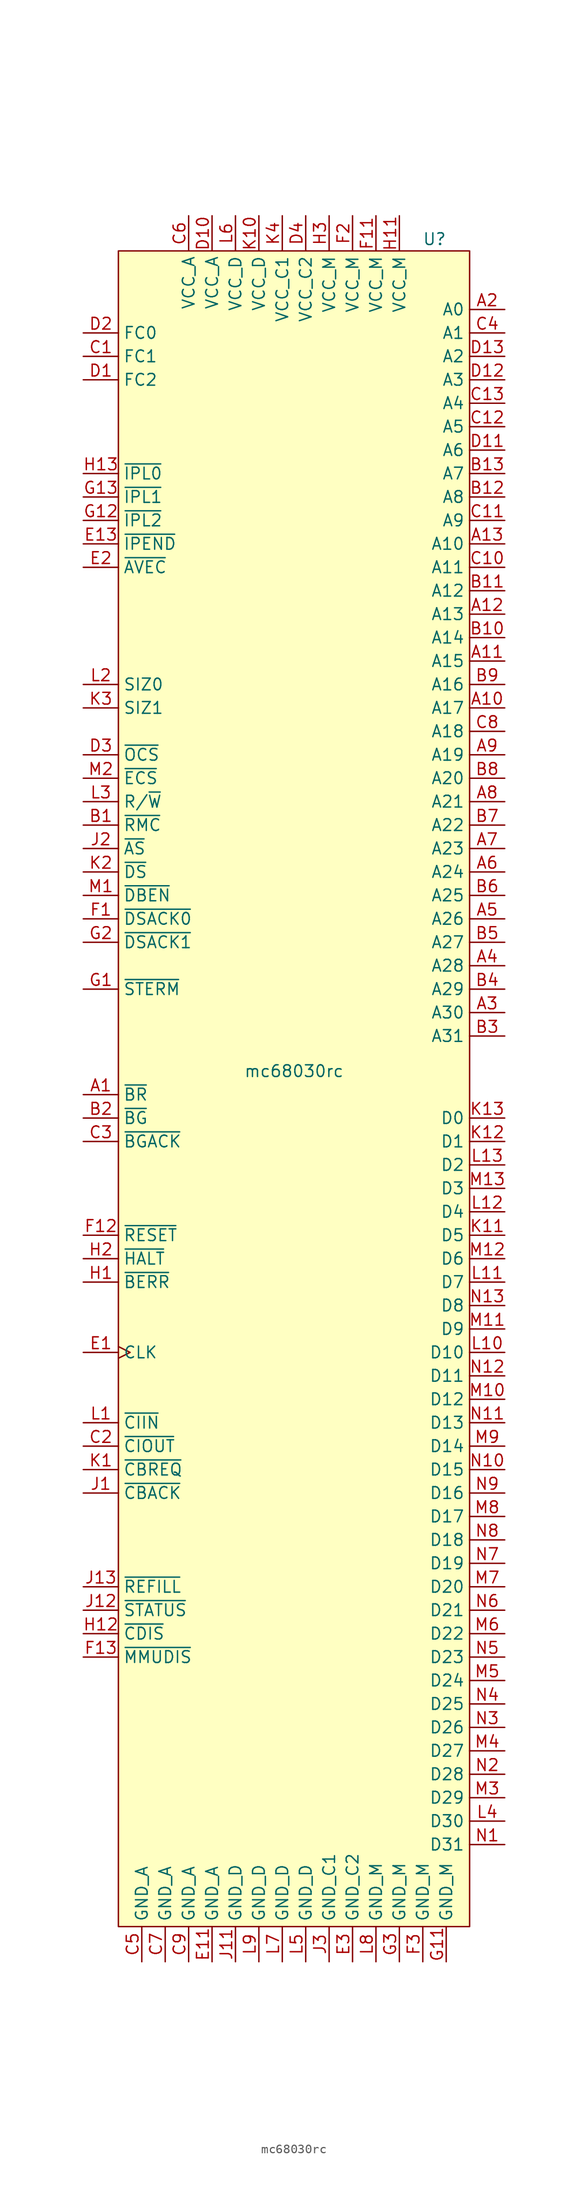
<source format=kicad_sym>
(kicad_symbol_lib
  (version 20211014)
  (generator kicad_symbol_editor)
  (symbol "mc68030rc"
    (property "Reference" "U"
      (at 15.24 90.17 0)
      (effects (font (size 1.27 1.27))))
    (property "Value" "mc68030rc"
      (at 0 0 0)
      (effects (font (size 1.27 1.27))))
    (symbol "mc68030rc_0_1"
      (rectangle (start -19.05 88.9) (end 19.05 -92.71) (stroke (width 0) (type default) (color 0 0 0 0)) (fill (type background))))
    (symbol "mc68030rc_1_1"
      (pin input line (at -22.86 -2.54 0) (length 3.81) (name "~{BR}" (effects (font (size 1.27 1.27)))) (number "A1" (effects (font (size 1.27 1.27)))))
      (pin output line (at 22.86 39.37 180) (length 3.81) (name "A17" (effects (font (size 1.27 1.27)))) (number "A10" (effects (font (size 1.27 1.27)))))
      (pin output line (at 22.86 44.45 180) (length 3.81) (name "A15" (effects (font (size 1.27 1.27)))) (number "A11" (effects (font (size 1.27 1.27)))))
      (pin output line (at 22.86 49.53 180) (length 3.81) (name "A13" (effects (font (size 1.27 1.27)))) (number "A12" (effects (font (size 1.27 1.27)))))
      (pin output line (at 22.86 57.15 180) (length 3.81) (name "A10" (effects (font (size 1.27 1.27)))) (number "A13" (effects (font (size 1.27 1.27)))))
      (pin output line (at 22.86 82.55 180) (length 3.81) (name "A0" (effects (font (size 1.27 1.27)))) (number "A2" (effects (font (size 1.27 1.27)))))
      (pin output line (at 22.86 6.35 180) (length 3.81) (name "A30" (effects (font (size 1.27 1.27)))) (number "A3" (effects (font (size 1.27 1.27)))))
      (pin output line (at 22.86 11.43 180) (length 3.81) (name "A28" (effects (font (size 1.27 1.27)))) (number "A4" (effects (font (size 1.27 1.27)))))
      (pin output line (at 22.86 16.51 180) (length 3.81) (name "A26" (effects (font (size 1.27 1.27)))) (number "A5" (effects (font (size 1.27 1.27)))))
      (pin output line (at 22.86 21.59 180) (length 3.81) (name "A24" (effects (font (size 1.27 1.27)))) (number "A6" (effects (font (size 1.27 1.27)))))
      (pin output line (at 22.86 24.13 180) (length 3.81) (name "A23" (effects (font (size 1.27 1.27)))) (number "A7" (effects (font (size 1.27 1.27)))))
      (pin output line (at 22.86 29.21 180) (length 3.81) (name "A21" (effects (font (size 1.27 1.27)))) (number "A8" (effects (font (size 1.27 1.27)))))
      (pin output line (at 22.86 34.29 180) (length 3.81) (name "A19" (effects (font (size 1.27 1.27)))) (number "A9" (effects (font (size 1.27 1.27)))))
      (pin output line (at -22.86 26.67 0) (length 3.81) (name "~{RMC}" (effects (font (size 1.27 1.27)))) (number "B1" (effects (font (size 1.27 1.27)))))
      (pin output line (at 22.86 46.99 180) (length 3.81) (name "A14" (effects (font (size 1.27 1.27)))) (number "B10" (effects (font (size 1.27 1.27)))))
      (pin output line (at 22.86 52.07 180) (length 3.81) (name "A12" (effects (font (size 1.27 1.27)))) (number "B11" (effects (font (size 1.27 1.27)))))
      (pin output line (at 22.86 62.23 180) (length 3.81) (name "A8" (effects (font (size 1.27 1.27)))) (number "B12" (effects (font (size 1.27 1.27)))))
      (pin output line (at 22.86 64.77 180) (length 3.81) (name "A7" (effects (font (size 1.27 1.27)))) (number "B13" (effects (font (size 1.27 1.27)))))
      (pin output line (at -22.86 -5.08 0) (length 3.81) (name "~{BG}" (effects (font (size 1.27 1.27)))) (number "B2" (effects (font (size 1.27 1.27)))))
      (pin output line (at 22.86 3.81 180) (length 3.81) (name "A31" (effects (font (size 1.27 1.27)))) (number "B3" (effects (font (size 1.27 1.27)))))
      (pin output line (at 22.86 8.89 180) (length 3.81) (name "A29" (effects (font (size 1.27 1.27)))) (number "B4" (effects (font (size 1.27 1.27)))))
      (pin output line (at 22.86 13.97 180) (length 3.81) (name "A27" (effects (font (size 1.27 1.27)))) (number "B5" (effects (font (size 1.27 1.27)))))
      (pin output line (at 22.86 19.05 180) (length 3.81) (name "A25" (effects (font (size 1.27 1.27)))) (number "B6" (effects (font (size 1.27 1.27)))))
      (pin output line (at 22.86 26.67 180) (length 3.81) (name "A22" (effects (font (size 1.27 1.27)))) (number "B7" (effects (font (size 1.27 1.27)))))
      (pin output line (at 22.86 31.75 180) (length 3.81) (name "A20" (effects (font (size 1.27 1.27)))) (number "B8" (effects (font (size 1.27 1.27)))))
      (pin output line (at 22.86 41.91 180) (length 3.81) (name "A16" (effects (font (size 1.27 1.27)))) (number "B9" (effects (font (size 1.27 1.27)))))
      (pin output line (at -22.86 77.47 0) (length 3.81) (name "FC1" (effects (font (size 1.27 1.27)))) (number "C1" (effects (font (size 1.27 1.27)))))
      (pin output line (at 22.86 54.61 180) (length 3.81) (name "A11" (effects (font (size 1.27 1.27)))) (number "C10" (effects (font (size 1.27 1.27)))))
      (pin output line (at 22.86 59.69 180) (length 3.81) (name "A9" (effects (font (size 1.27 1.27)))) (number "C11" (effects (font (size 1.27 1.27)))))
      (pin output line (at 22.86 69.85 180) (length 3.81) (name "A5" (effects (font (size 1.27 1.27)))) (number "C12" (effects (font (size 1.27 1.27)))))
      (pin output line (at 22.86 72.39 180) (length 3.81) (name "A4" (effects (font (size 1.27 1.27)))) (number "C13" (effects (font (size 1.27 1.27)))))
      (pin output line (at -22.86 -40.64 0) (length 3.81) (name "~{CIOUT}" (effects (font (size 1.27 1.27)))) (number "C2" (effects (font (size 1.27 1.27)))))
      (pin output line (at -22.86 -7.62 0) (length 3.81) (name "~{BGACK}" (effects (font (size 1.27 1.27)))) (number "C3" (effects (font (size 1.27 1.27)))))
      (pin output line (at 22.86 80.01 180) (length 3.81) (name "A1" (effects (font (size 1.27 1.27)))) (number "C4" (effects (font (size 1.27 1.27)))))
      (pin power_in line (at -16.51 -96.52 90) (length 3.81) (name "GND_A" (effects (font (size 1.27 1.27)))) (number "C5" (effects (font (size 1.27 1.27)))))
      (pin power_in line (at -11.43 92.71 270) (length 3.81) (name "VCC_A" (effects (font (size 1.27 1.27)))) (number "C6" (effects (font (size 1.27 1.27)))))
      (pin power_in line (at -13.97 -96.52 90) (length 3.81) (name "GND_A" (effects (font (size 1.27 1.27)))) (number "C7" (effects (font (size 1.27 1.27)))))
      (pin output line (at 22.86 36.83 180) (length 3.81) (name "A18" (effects (font (size 1.27 1.27)))) (number "C8" (effects (font (size 1.27 1.27)))))
      (pin power_in line (at -11.43 -96.52 90) (length 3.81) (name "GND_A" (effects (font (size 1.27 1.27)))) (number "C9" (effects (font (size 1.27 1.27)))))
      (pin output line (at -22.86 74.93 0) (length 3.81) (name "FC2" (effects (font (size 1.27 1.27)))) (number "D1" (effects (font (size 1.27 1.27)))))
      (pin power_in line (at -8.89 92.71 270) (length 3.81) (name "VCC_A" (effects (font (size 1.27 1.27)))) (number "D10" (effects (font (size 1.27 1.27)))))
      (pin output line (at 22.86 67.31 180) (length 3.81) (name "A6" (effects (font (size 1.27 1.27)))) (number "D11" (effects (font (size 1.27 1.27)))))
      (pin output line (at 22.86 74.93 180) (length 3.81) (name "A3" (effects (font (size 1.27 1.27)))) (number "D12" (effects (font (size 1.27 1.27)))))
      (pin output line (at 22.86 77.47 180) (length 3.81) (name "A2" (effects (font (size 1.27 1.27)))) (number "D13" (effects (font (size 1.27 1.27)))))
      (pin output line (at -22.86 80.01 0) (length 3.81) (name "FC0" (effects (font (size 1.27 1.27)))) (number "D2" (effects (font (size 1.27 1.27)))))
      (pin output line (at -22.86 34.29 0) (length 3.81) (name "~{OCS}" (effects (font (size 1.27 1.27)))) (number "D3" (effects (font (size 1.27 1.27)))))
      (pin power_in line (at 1.27 92.71 270) (length 3.81) (name "VCC_C2" (effects (font (size 1.27 1.27)))) (number "D4" (effects (font (size 1.27 1.27)))))
      (pin no_connect line (at -19.05 -73.66 0) (length 3.81) hide (name "NC" (effects (font (size 1.27 1.27)))) (number "D5" (effects (font (size 1.27 1.27)))))
      (pin input clock (at -22.86 -30.48 0) (length 3.81) (name "CLK" (effects (font (size 1.27 1.27)))) (number "E1" (effects (font (size 1.27 1.27)))))
      (pin power_in line (at -8.89 -96.52 90) (length 3.81) (name "GND_A" (effects (font (size 1.27 1.27)))) (number "E11" (effects (font (size 1.27 1.27)))))
      (pin no_connect line (at -19.05 -76.2 0) (length 3.81) hide (name "NC" (effects (font (size 1.27 1.27)))) (number "E12" (effects (font (size 1.27 1.27)))))
      (pin output line (at -22.86 57.15 0) (length 3.81) (name "~{IPEND}" (effects (font (size 1.27 1.27)))) (number "E13" (effects (font (size 1.27 1.27)))))
      (pin input line (at -22.86 54.61 0) (length 3.81) (name "~{AVEC}" (effects (font (size 1.27 1.27)))) (number "E2" (effects (font (size 1.27 1.27)))))
      (pin power_in line (at 6.35 -96.52 90) (length 3.81) (name "GND_C2" (effects (font (size 1.27 1.27)))) (number "E3" (effects (font (size 1.27 1.27)))))
      (pin input line (at -22.86 16.51 0) (length 3.81) (name "~{DSACK0}" (effects (font (size 1.27 1.27)))) (number "F1" (effects (font (size 1.27 1.27)))))
      (pin no_connect line (at -19.05 -81.28 0) (length 3.81) hide (name "NC" (effects (font (size 1.27 1.27)))) (number "F10" (effects (font (size 1.27 1.27)))))
      (pin power_in line (at 8.89 92.71 270) (length 3.81) (name "VCC_M" (effects (font (size 1.27 1.27)))) (number "F11" (effects (font (size 1.27 1.27)))))
      (pin open_collector line (at -22.86 -17.78 0) (length 3.81) (name "~{RESET}" (effects (font (size 1.27 1.27)))) (number "F12" (effects (font (size 1.27 1.27)))))
      (pin input line (at -22.86 -63.5 0) (length 3.81) (name "~{MMUDIS}" (effects (font (size 1.27 1.27)))) (number "F13" (effects (font (size 1.27 1.27)))))
      (pin power_in line (at 6.35 92.71 270) (length 3.81) (name "VCC_M" (effects (font (size 1.27 1.27)))) (number "F2" (effects (font (size 1.27 1.27)))))
      (pin power_in line (at 13.97 -96.52 90) (length 3.81) (name "GND_M" (effects (font (size 1.27 1.27)))) (number "F3" (effects (font (size 1.27 1.27)))))
      (pin no_connect line (at -19.05 -78.74 0) (length 3.81) hide (name "NC" (effects (font (size 1.27 1.27)))) (number "F4" (effects (font (size 1.27 1.27)))))
      (pin input line (at -22.86 8.89 0) (length 3.81) (name "~{STERM}" (effects (font (size 1.27 1.27)))) (number "G1" (effects (font (size 1.27 1.27)))))
      (pin power_in line (at 16.51 -96.52 90) (length 3.81) (name "GND_M" (effects (font (size 1.27 1.27)))) (number "G11" (effects (font (size 1.27 1.27)))))
      (pin input line (at -22.86 59.69 0) (length 3.81) (name "~{IPL2}" (effects (font (size 1.27 1.27)))) (number "G12" (effects (font (size 1.27 1.27)))))
      (pin input line (at -22.86 62.23 0) (length 3.81) (name "~{IPL1}" (effects (font (size 1.27 1.27)))) (number "G13" (effects (font (size 1.27 1.27)))))
      (pin input line (at -22.86 13.97 0) (length 3.81) (name "~{DSACK1}" (effects (font (size 1.27 1.27)))) (number "G2" (effects (font (size 1.27 1.27)))))
      (pin power_in line (at 11.43 -96.52 90) (length 3.81) (name "GND_M" (effects (font (size 1.27 1.27)))) (number "G3" (effects (font (size 1.27 1.27)))))
      (pin input line (at -22.86 -22.86 0) (length 3.81) (name "~{BERR}" (effects (font (size 1.27 1.27)))) (number "H1" (effects (font (size 1.27 1.27)))))
      (pin power_in line (at 11.43 92.71 270) (length 3.81) (name "VCC_M" (effects (font (size 1.27 1.27)))) (number "H11" (effects (font (size 1.27 1.27)))))
      (pin input line (at -22.86 -60.96 0) (length 3.81) (name "~{CDIS}" (effects (font (size 1.27 1.27)))) (number "H12" (effects (font (size 1.27 1.27)))))
      (pin input line (at -22.86 64.77 0) (length 3.81) (name "~{IPL0}" (effects (font (size 1.27 1.27)))) (number "H13" (effects (font (size 1.27 1.27)))))
      (pin input line (at -22.86 -20.32 0) (length 3.81) (name "~{HALT}" (effects (font (size 1.27 1.27)))) (number "H2" (effects (font (size 1.27 1.27)))))
      (pin power_in line (at 3.81 92.71 270) (length 3.81) (name "VCC_M" (effects (font (size 1.27 1.27)))) (number "H3" (effects (font (size 1.27 1.27)))))
      (pin input line (at -22.86 -45.72 0) (length 3.81) (name "~{CBACK}" (effects (font (size 1.27 1.27)))) (number "J1" (effects (font (size 1.27 1.27)))))
      (pin power_in line (at -6.35 -96.52 90) (length 3.81) (name "GND_D" (effects (font (size 1.27 1.27)))) (number "J11" (effects (font (size 1.27 1.27)))))
      (pin output line (at -22.86 -58.42 0) (length 3.81) (name "~{STATUS}" (effects (font (size 1.27 1.27)))) (number "J12" (effects (font (size 1.27 1.27)))))
      (pin output line (at -22.86 -55.88 0) (length 3.81) (name "~{REFILL}" (effects (font (size 1.27 1.27)))) (number "J13" (effects (font (size 1.27 1.27)))))
      (pin output line (at -22.86 24.13 0) (length 3.81) (name "~{AS}" (effects (font (size 1.27 1.27)))) (number "J2" (effects (font (size 1.27 1.27)))))
      (pin power_in line (at 3.81 -96.52 90) (length 3.81) (name "GND_C1" (effects (font (size 1.27 1.27)))) (number "J3" (effects (font (size 1.27 1.27)))))
      (pin output line (at -22.86 -43.18 0) (length 3.81) (name "~{CBREQ}" (effects (font (size 1.27 1.27)))) (number "K1" (effects (font (size 1.27 1.27)))))
      (pin power_in line (at -3.81 92.71 270) (length 3.81) (name "VCC_D" (effects (font (size 1.27 1.27)))) (number "K10" (effects (font (size 1.27 1.27)))))
      (pin bidirectional line (at 22.86 -17.78 180) (length 3.81) (name "D5" (effects (font (size 1.27 1.27)))) (number "K11" (effects (font (size 1.27 1.27)))))
      (pin bidirectional line (at 22.86 -7.62 180) (length 3.81) (name "D1" (effects (font (size 1.27 1.27)))) (number "K12" (effects (font (size 1.27 1.27)))))
      (pin bidirectional line (at 22.86 -5.08 180) (length 3.81) (name "D0" (effects (font (size 1.27 1.27)))) (number "K13" (effects (font (size 1.27 1.27)))))
      (pin output line (at -22.86 21.59 0) (length 3.81) (name "~{DS}" (effects (font (size 1.27 1.27)))) (number "K2" (effects (font (size 1.27 1.27)))))
      (pin output line (at -22.86 39.37 0) (length 3.81) (name "SIZ1" (effects (font (size 1.27 1.27)))) (number "K3" (effects (font (size 1.27 1.27)))))
      (pin power_in line (at -1.27 92.71 270) (length 3.81) (name "VCC_C1" (effects (font (size 1.27 1.27)))) (number "K4" (effects (font (size 1.27 1.27)))))
      (pin no_connect line (at -19.05 -83.82 0) (length 3.81) hide (name "NC" (effects (font (size 1.27 1.27)))) (number "K5" (effects (font (size 1.27 1.27)))))
      (pin input line (at -22.86 -38.1 0) (length 3.81) (name "~{CIIN}" (effects (font (size 1.27 1.27)))) (number "L1" (effects (font (size 1.27 1.27)))))
      (pin bidirectional line (at 22.86 -30.48 180) (length 3.81) (name "D10" (effects (font (size 1.27 1.27)))) (number "L10" (effects (font (size 1.27 1.27)))))
      (pin bidirectional line (at 22.86 -22.86 180) (length 3.81) (name "D7" (effects (font (size 1.27 1.27)))) (number "L11" (effects (font (size 1.27 1.27)))))
      (pin bidirectional line (at 22.86 -15.24 180) (length 3.81) (name "D4" (effects (font (size 1.27 1.27)))) (number "L12" (effects (font (size 1.27 1.27)))))
      (pin bidirectional line (at 22.86 -10.16 180) (length 3.81) (name "D2" (effects (font (size 1.27 1.27)))) (number "L13" (effects (font (size 1.27 1.27)))))
      (pin output line (at -22.86 41.91 0) (length 3.81) (name "SIZ0" (effects (font (size 1.27 1.27)))) (number "L2" (effects (font (size 1.27 1.27)))))
      (pin output line (at -22.86 29.21 0) (length 3.81) (name "R/~{W}" (effects (font (size 1.27 1.27)))) (number "L3" (effects (font (size 1.27 1.27)))))
      (pin bidirectional line (at 22.86 -81.28 180) (length 3.81) (name "D30" (effects (font (size 1.27 1.27)))) (number "L4" (effects (font (size 1.27 1.27)))))
      (pin power_in line (at 1.27 -96.52 90) (length 3.81) (name "GND_D" (effects (font (size 1.27 1.27)))) (number "L5" (effects (font (size 1.27 1.27)))))
      (pin power_in line (at -6.35 92.71 270) (length 3.81) (name "VCC_D" (effects (font (size 1.27 1.27)))) (number "L6" (effects (font (size 1.27 1.27)))))
      (pin power_in line (at -1.27 -96.52 90) (length 3.81) (name "GND_D" (effects (font (size 1.27 1.27)))) (number "L7" (effects (font (size 1.27 1.27)))))
      (pin power_in line (at 8.89 -96.52 90) (length 3.81) (name "GND_M" (effects (font (size 1.27 1.27)))) (number "L8" (effects (font (size 1.27 1.27)))))
      (pin power_in line (at -3.81 -96.52 90) (length 3.81) (name "GND_D" (effects (font (size 1.27 1.27)))) (number "L9" (effects (font (size 1.27 1.27)))))
      (pin output line (at -22.86 19.05 0) (length 3.81) (name "~{DBEN}" (effects (font (size 1.27 1.27)))) (number "M1" (effects (font (size 1.27 1.27)))))
      (pin bidirectional line (at 22.86 -35.56 180) (length 3.81) (name "D12" (effects (font (size 1.27 1.27)))) (number "M10" (effects (font (size 1.27 1.27)))))
      (pin bidirectional line (at 22.86 -27.94 180) (length 3.81) (name "D9" (effects (font (size 1.27 1.27)))) (number "M11" (effects (font (size 1.27 1.27)))))
      (pin bidirectional line (at 22.86 -20.32 180) (length 3.81) (name "D6" (effects (font (size 1.27 1.27)))) (number "M12" (effects (font (size 1.27 1.27)))))
      (pin bidirectional line (at 22.86 -12.7 180) (length 3.81) (name "D3" (effects (font (size 1.27 1.27)))) (number "M13" (effects (font (size 1.27 1.27)))))
      (pin output line (at -22.86 31.75 0) (length 3.81) (name "~{ECS}" (effects (font (size 1.27 1.27)))) (number "M2" (effects (font (size 1.27 1.27)))))
      (pin bidirectional line (at 22.86 -78.74 180) (length 3.81) (name "D29" (effects (font (size 1.27 1.27)))) (number "M3" (effects (font (size 1.27 1.27)))))
      (pin bidirectional line (at 22.86 -73.66 180) (length 3.81) (name "D27" (effects (font (size 1.27 1.27)))) (number "M4" (effects (font (size 1.27 1.27)))))
      (pin bidirectional line (at 22.86 -66.04 180) (length 3.81) (name "D24" (effects (font (size 1.27 1.27)))) (number "M5" (effects (font (size 1.27 1.27)))))
      (pin bidirectional line (at 22.86 -60.96 180) (length 3.81) (name "D22" (effects (font (size 1.27 1.27)))) (number "M6" (effects (font (size 1.27 1.27)))))
      (pin bidirectional line (at 22.86 -55.88 180) (length 3.81) (name "D20" (effects (font (size 1.27 1.27)))) (number "M7" (effects (font (size 1.27 1.27)))))
      (pin bidirectional line (at 22.86 -48.26 180) (length 3.81) (name "D17" (effects (font (size 1.27 1.27)))) (number "M8" (effects (font (size 1.27 1.27)))))
      (pin bidirectional line (at 22.86 -40.64 180) (length 3.81) (name "D14" (effects (font (size 1.27 1.27)))) (number "M9" (effects (font (size 1.27 1.27)))))
      (pin bidirectional line (at 22.86 -83.82 180) (length 3.81) (name "D31" (effects (font (size 1.27 1.27)))) (number "N1" (effects (font (size 1.27 1.27)))))
      (pin bidirectional line (at 22.86 -43.18 180) (length 3.81) (name "D15" (effects (font (size 1.27 1.27)))) (number "N10" (effects (font (size 1.27 1.27)))))
      (pin bidirectional line (at 22.86 -38.1 180) (length 3.81) (name "D13" (effects (font (size 1.27 1.27)))) (number "N11" (effects (font (size 1.27 1.27)))))
      (pin bidirectional line (at 22.86 -33.02 180) (length 3.81) (name "D11" (effects (font (size 1.27 1.27)))) (number "N12" (effects (font (size 1.27 1.27)))))
      (pin bidirectional line (at 22.86 -25.4 180) (length 3.81) (name "D8" (effects (font (size 1.27 1.27)))) (number "N13" (effects (font (size 1.27 1.27)))))
      (pin bidirectional line (at 22.86 -76.2 180) (length 3.81) (name "D28" (effects (font (size 1.27 1.27)))) (number "N2" (effects (font (size 1.27 1.27)))))
      (pin bidirectional line (at 22.86 -71.12 180) (length 3.81) (name "D26" (effects (font (size 1.27 1.27)))) (number "N3" (effects (font (size 1.27 1.27)))))
      (pin bidirectional line (at 22.86 -68.58 180) (length 3.81) (name "D25" (effects (font (size 1.27 1.27)))) (number "N4" (effects (font (size 1.27 1.27)))))
      (pin bidirectional line (at 22.86 -63.5 180) (length 3.81) (name "D23" (effects (font (size 1.27 1.27)))) (number "N5" (effects (font (size 1.27 1.27)))))
      (pin bidirectional line (at 22.86 -58.42 180) (length 3.81) (name "D21" (effects (font (size 1.27 1.27)))) (number "N6" (effects (font (size 1.27 1.27)))))
      (pin bidirectional line (at 22.86 -53.34 180) (length 3.81) (name "D19" (effects (font (size 1.27 1.27)))) (number "N7" (effects (font (size 1.27 1.27)))))
      (pin bidirectional line (at 22.86 -50.8 180) (length 3.81) (name "D18" (effects (font (size 1.27 1.27)))) (number "N8" (effects (font (size 1.27 1.27)))))
      (pin bidirectional line (at 22.86 -45.72 180) (length 3.81) (name "D16" (effects (font (size 1.27 1.27)))) (number "N9" (effects (font (size 1.27 1.27))))))))
</source>
